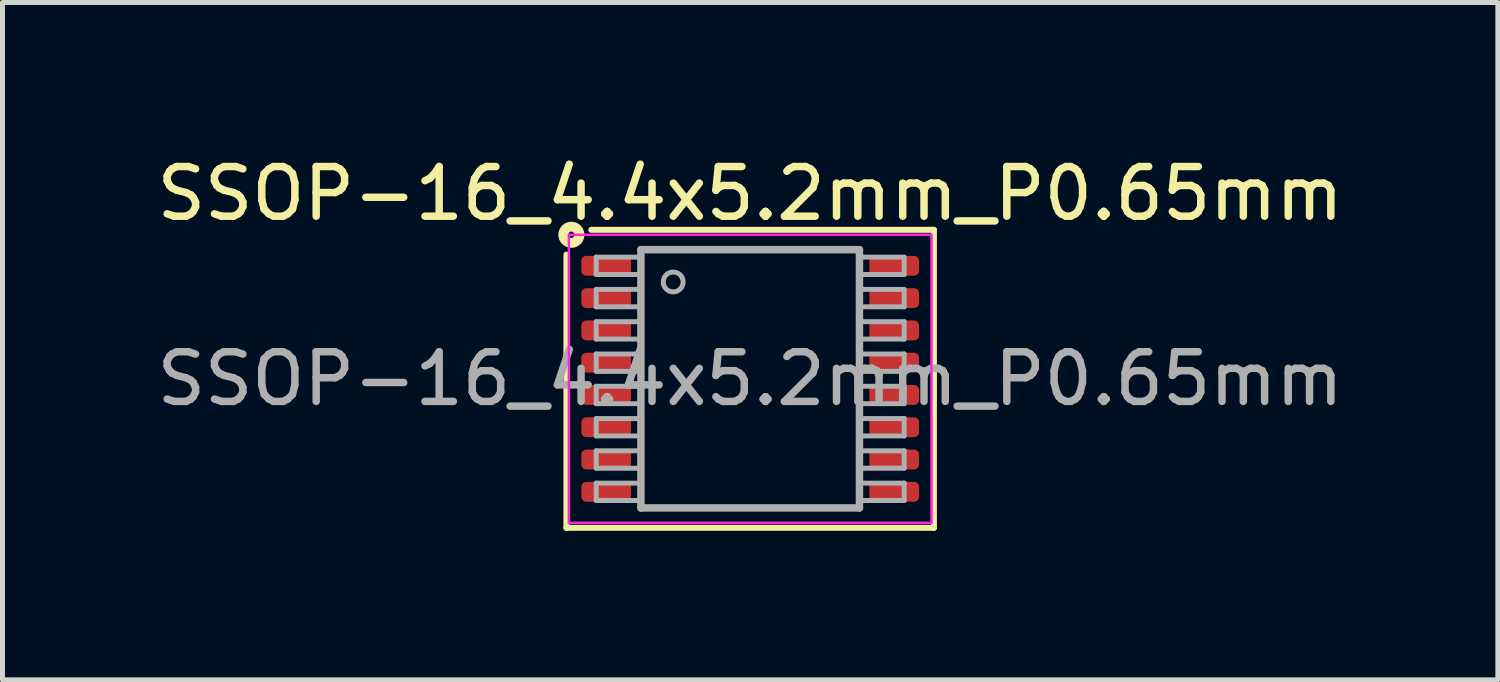
<source format=kicad_pcb>
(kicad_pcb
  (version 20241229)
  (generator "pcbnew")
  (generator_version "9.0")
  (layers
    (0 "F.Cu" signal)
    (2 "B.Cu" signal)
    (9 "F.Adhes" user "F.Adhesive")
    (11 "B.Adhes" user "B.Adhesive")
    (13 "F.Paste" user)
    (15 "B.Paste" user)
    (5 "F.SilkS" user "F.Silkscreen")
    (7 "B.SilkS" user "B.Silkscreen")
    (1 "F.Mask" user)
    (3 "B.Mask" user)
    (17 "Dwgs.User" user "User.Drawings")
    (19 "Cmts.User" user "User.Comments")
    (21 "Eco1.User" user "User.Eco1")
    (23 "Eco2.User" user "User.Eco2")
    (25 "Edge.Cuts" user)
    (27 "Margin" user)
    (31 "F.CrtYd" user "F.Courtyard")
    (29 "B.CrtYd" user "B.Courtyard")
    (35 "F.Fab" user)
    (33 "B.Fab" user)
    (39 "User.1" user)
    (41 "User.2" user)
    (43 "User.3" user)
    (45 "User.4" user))
  (footprint "SSOP-16_4.4x5.2mm_P0.65mm"
    (layer "F.Cu")
    (at 12.054 4.577)
    (property "Reference" "SSOP-16_4.4x5.2mm_P0.65mm" (at 0 -3.729 0) (layer "F.SilkS") (effects (font (size 1 1) (thickness 0.15))))
    (attr smd)
    (fp_line (start -3.7 -2.5) (end -3.7 3) (stroke (width 0.12) (type solid)) (layer "F.SilkS"))
    (fp_line (start -3.7 3) (end 3.7 3) (stroke (width 0.12) (type solid)) (layer "F.SilkS"))
    (fp_line (start 3.7 -3) (end -3.2 -3) (stroke (width 0.12) (type solid)) (layer "F.SilkS"))
    (fp_line (start 3.7 3) (end 3.7 -3) (stroke (width 0.12) (type solid)) (layer "F.SilkS"))
    (fp_circle (center -3.6 -2.9) (end -3.537 -2.9) (stroke (width 0.2) (type solid)) (fill no) (layer "F.SilkS"))
    (fp_line (start -3.65 -2.9) (end -3.65 2.9) (stroke (width 0.05) (type solid)) (layer "F.CrtYd"))
    (fp_line (start -3.65 -2.9) (end 3.65 -2.9) (stroke (width 0.05) (type solid)) (layer "F.CrtYd"))
    (fp_line (start -3.65 2.9) (end 3.65 2.9) (stroke (width 0.05) (type solid)) (layer "F.CrtYd"))
    (fp_line (start 3.65 -2.9) (end 3.65 2.9) (stroke (width 0.05) (type solid)) (layer "F.CrtYd"))
    (fp_line (start -3.1 -2.45) (end -3.1 -2.1) (stroke (width 0.1) (type solid)) (layer "F.Fab"))
    (fp_line (start -3.1 -2.45) (end -2.2 -2.45) (stroke (width 0.1) (type solid)) (layer "F.Fab"))
    (fp_line (start -3.1 -2.1) (end -2.2 -2.1) (stroke (width 0.1) (type solid)) (layer "F.Fab"))
    (fp_line (start -3.1 -1.8) (end -3.1 -1.45) (stroke (width 0.1) (type solid)) (layer "F.Fab"))
    (fp_line (start -3.1 -1.8) (end -2.2 -1.8) (stroke (width 0.1) (type solid)) (layer "F.Fab"))
    (fp_line (start -3.1 -1.45) (end -2.2 -1.45) (stroke (width 0.1) (type solid)) (layer "F.Fab"))
    (fp_line (start -3.1 -1.15) (end -3.1 -0.8) (stroke (width 0.1) (type solid)) (layer "F.Fab"))
    (fp_line (start -3.1 -1.15) (end -2.2 -1.15) (stroke (width 0.1) (type solid)) (layer "F.Fab"))
    (fp_line (start -3.1 -0.8) (end -2.2 -0.8) (stroke (width 0.1) (type solid)) (layer "F.Fab"))
    (fp_line (start -3.1 -0.5) (end -3.1 -0.15) (stroke (width 0.1) (type solid)) (layer "F.Fab"))
    (fp_line (start -3.1 -0.5) (end -2.2 -0.5) (stroke (width 0.1) (type solid)) (layer "F.Fab"))
    (fp_line (start -3.1 -0.15) (end -2.2 -0.15) (stroke (width 0.1) (type solid)) (layer "F.Fab"))
    (fp_line (start -3.1 0.15) (end -3.1 0.5) (stroke (width 0.1) (type solid)) (layer "F.Fab"))
    (fp_line (start -3.1 0.15) (end -2.2 0.15) (stroke (width 0.1) (type solid)) (layer "F.Fab"))
    (fp_line (start -3.1 0.5) (end -2.2 0.5) (stroke (width 0.1) (type solid)) (layer "F.Fab"))
    (fp_line (start -3.1 0.8) (end -3.1 1.15) (stroke (width 0.1) (type solid)) (layer "F.Fab"))
    (fp_line (start -3.1 0.8) (end -2.2 0.8) (stroke (width 0.1) (type solid)) (layer "F.Fab"))
    (fp_line (start -3.1 1.15) (end -2.2 1.15) (stroke (width 0.1) (type solid)) (layer "F.Fab"))
    (fp_line (start -3.1 1.45) (end -3.1 1.8) (stroke (width 0.1) (type solid)) (layer "F.Fab"))
    (fp_line (start -3.1 1.45) (end -2.2 1.45) (stroke (width 0.1) (type solid)) (layer "F.Fab"))
    (fp_line (start -3.1 1.8) (end -2.2 1.8) (stroke (width 0.1) (type solid)) (layer "F.Fab"))
    (fp_line (start -3.1 2.1) (end -3.1 2.45) (stroke (width 0.1) (type solid)) (layer "F.Fab"))
    (fp_line (start -3.1 2.1) (end -2.2 2.1) (stroke (width 0.1) (type solid)) (layer "F.Fab"))
    (fp_line (start -3.1 2.45) (end -2.2 2.45) (stroke (width 0.1) (type solid)) (layer "F.Fab"))
    (fp_line (start -2.2 -2.6) (end 2.2 -2.6) (stroke (width 0.15) (type solid)) (layer "F.Fab"))
    (fp_line (start -2.2 2.6) (end -2.2 -2.6) (stroke (width 0.15) (type solid)) (layer "F.Fab"))
    (fp_line (start 2.2 -2.6) (end 2.2 2.6) (stroke (width 0.15) (type solid)) (layer "F.Fab"))
    (fp_line (start 2.2 2.6) (end -2.2 2.6) (stroke (width 0.15) (type solid)) (layer "F.Fab"))
    (fp_line (start 3.1 -2.45) (end 2.2 -2.45) (stroke (width 0.1) (type solid)) (layer "F.Fab"))
    (fp_line (start 3.1 -2.1) (end 2.2 -2.1) (stroke (width 0.1) (type solid)) (layer "F.Fab"))
    (fp_line (start 3.1 -2.1) (end 3.1 -2.45) (stroke (width 0.1) (type solid)) (layer "F.Fab"))
    (fp_line (start 3.1 -1.8) (end 2.2 -1.8) (stroke (width 0.1) (type solid)) (layer "F.Fab"))
    (fp_line (start 3.1 -1.45) (end 2.2 -1.45) (stroke (width 0.1) (type solid)) (layer "F.Fab"))
    (fp_line (start 3.1 -1.45) (end 3.1 -1.8) (stroke (width 0.1) (type solid)) (layer "F.Fab"))
    (fp_line (start 3.1 -1.15) (end 2.2 -1.15) (stroke (width 0.1) (type solid)) (layer "F.Fab"))
    (fp_line (start 3.1 -0.8) (end 2.2 -0.8) (stroke (width 0.1) (type solid)) (layer "F.Fab"))
    (fp_line (start 3.1 -0.8) (end 3.1 -1.15) (stroke (width 0.1) (type solid)) (layer "F.Fab"))
    (fp_line (start 3.1 -0.5) (end 2.2 -0.5) (stroke (width 0.1) (type solid)) (layer "F.Fab"))
    (fp_line (start 3.1 -0.15) (end 2.2 -0.15) (stroke (width 0.1) (type solid)) (layer "F.Fab"))
    (fp_line (start 3.1 -0.15) (end 3.1 -0.5) (stroke (width 0.1) (type solid)) (layer "F.Fab"))
    (fp_line (start 3.1 0.15) (end 2.2 0.15) (stroke (width 0.1) (type solid)) (layer "F.Fab"))
    (fp_line (start 3.1 0.5) (end 2.2 0.5) (stroke (width 0.1) (type solid)) (layer "F.Fab"))
    (fp_line (start 3.1 0.5) (end 3.1 0.15) (stroke (width 0.1) (type solid)) (layer "F.Fab"))
    (fp_line (start 3.1 0.8) (end 2.2 0.8) (stroke (width 0.1) (type solid)) (layer "F.Fab"))
    (fp_line (start 3.1 1.15) (end 2.2 1.15) (stroke (width 0.1) (type solid)) (layer "F.Fab"))
    (fp_line (start 3.1 1.15) (end 3.1 0.8) (stroke (width 0.1) (type solid)) (layer "F.Fab"))
    (fp_line (start 3.1 1.45) (end 2.2 1.45) (stroke (width 0.1) (type solid)) (layer "F.Fab"))
    (fp_line (start 3.1 1.8) (end 2.2 1.8) (stroke (width 0.1) (type solid)) (layer "F.Fab"))
    (fp_line (start 3.1 1.8) (end 3.1 1.45) (stroke (width 0.1) (type solid)) (layer "F.Fab"))
    (fp_line (start 3.1 2.1) (end 2.2 2.1) (stroke (width 0.1) (type solid)) (layer "F.Fab"))
    (fp_line (start 3.1 2.45) (end 2.2 2.45) (stroke (width 0.1) (type solid)) (layer "F.Fab"))
    (fp_line (start 3.1 2.45) (end 3.1 2.1) (stroke (width 0.1) (type solid)) (layer "F.Fab"))
    (fp_circle (center -1.55 -1.95) (end -1.35 -1.95) (stroke (width 0.1) (type solid)) (fill no) (layer "F.Fab"))
    (fp_text user "${REFERENCE}" (at 0 0 0) (layer "F.Fab") (effects (font (size 1 1) (thickness 0.15))))
    (pad "1" smd roundrect (at -2.9 -2.275) (size 1 0.4) (layers "F.Cu" "F.Mask" "F.Paste") (roundrect_rratio 0.25))
    (pad "2" smd roundrect (at -2.9 -1.625) (size 1 0.4) (layers "F.Cu" "F.Mask" "F.Paste") (roundrect_rratio 0.25))
    (pad "3" smd roundrect (at -2.9 -0.975) (size 1 0.4) (layers "F.Cu" "F.Mask" "F.Paste") (roundrect_rratio 0.25))
    (pad "4" smd roundrect (at -2.9 -0.325) (size 1 0.4) (layers "F.Cu" "F.Mask" "F.Paste") (roundrect_rratio 0.25))
    (pad "5" smd roundrect (at -2.9 0.325) (size 1 0.4) (layers "F.Cu" "F.Mask" "F.Paste") (roundrect_rratio 0.25))
    (pad "6" smd roundrect (at -2.9 0.975) (size 1 0.4) (layers "F.Cu" "F.Mask" "F.Paste") (roundrect_rratio 0.25))
    (pad "7" smd roundrect (at -2.9 1.625) (size 1 0.4) (layers "F.Cu" "F.Mask" "F.Paste") (roundrect_rratio 0.25))
    (pad "8" smd roundrect (at -2.9 2.275) (size 1 0.4) (layers "F.Cu" "F.Mask" "F.Paste") (roundrect_rratio 0.25))
    (pad "9" smd roundrect (at 2.9 2.275) (size 1 0.4) (layers "F.Cu" "F.Mask" "F.Paste") (roundrect_rratio 0.25))
    (pad "10" smd roundrect (at 2.9 1.625) (size 1 0.4) (layers "F.Cu" "F.Mask" "F.Paste") (roundrect_rratio 0.25))
    (pad "11" smd roundrect (at 2.9 0.975) (size 1 0.4) (layers "F.Cu" "F.Mask" "F.Paste") (roundrect_rratio 0.25))
    (pad "12" smd roundrect (at 2.9 0.325) (size 1 0.4) (layers "F.Cu" "F.Mask" "F.Paste") (roundrect_rratio 0.25))
    (pad "13" smd roundrect (at 2.9 -0.325) (size 1 0.4) (layers "F.Cu" "F.Mask" "F.Paste") (roundrect_rratio 0.25))
    (pad "14" smd roundrect (at 2.9 -0.975) (size 1 0.4) (layers "F.Cu" "F.Mask" "F.Paste") (roundrect_rratio 0.25))
    (pad "15" smd roundrect (at 2.9 -1.625) (size 1 0.4) (layers "F.Cu" "F.Mask" "F.Paste") (roundrect_rratio 0.25))
    (pad "16" smd roundrect (at 2.9 -2.275) (size 1 0.4) (layers "F.Cu" "F.Mask" "F.Paste") (roundrect_rratio 0.25)))
  (gr_rect
    (start -3 -3)
    (end 27.107 10.637)
    (stroke (width 0.1) (type default))
    (fill no)
    (layer "Edge.Cuts")))
</source>
